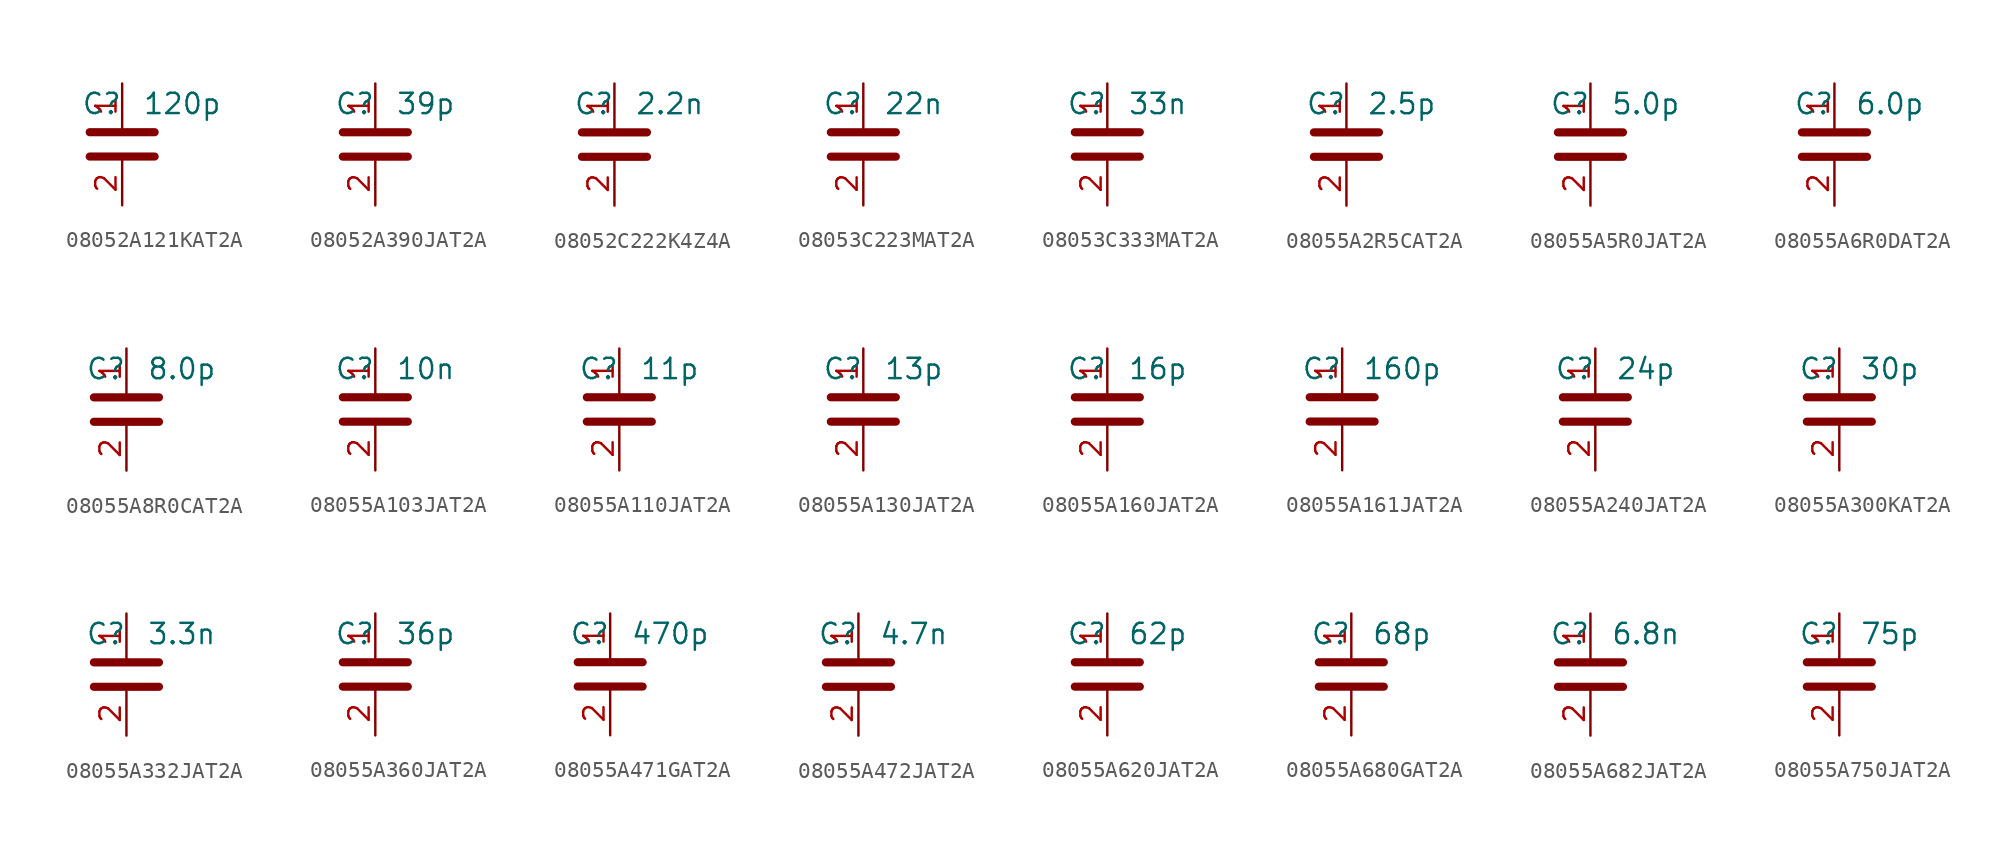
<source format=kicad_sym>
(kicad_symbol_lib
  (version 20241209)
  (generator "kicad_symbol_editor")
  (generator_version "9.0")
  (symbol "08052A121KAT2A"
    (property "Reference" "C"
      (at 0 2.54 0)
      (effects (font (size 1.27 1.27)) (justify right)))
    (property "Value" "120p"
      (at 1.27 2.54 0)
      (effects (font (size 1.27 1.27)) (justify left)))
    (symbol "08052A121KAT2A_0_1"
      (polyline (pts (xy -2.032 0.762) (xy 2.032 0.762)) (stroke (width 0.508) (type default)) (fill (type none)))
      (polyline (pts (xy -2.032 -0.762) (xy 2.032 -0.762)) (stroke (width 0.508) (type default)) (fill (type none))))
    (symbol "08052A121KAT2A_1_1"
      (pin passive line (at 0 3.81 270) (length 2.794) (name "~" (effects (font (size 1.27 1.27)))) (number "1" (effects (font (size 1.27 1.27)))))
      (pin passive line (at 0 -3.81 90) (length 2.794) (name "~" (effects (font (size 1.27 1.27)))) (number "2" (effects (font (size 1.27 1.27)))))))
  (symbol "08052A390JAT2A"
    (property "Reference" "C"
      (at 0 2.54 0)
      (effects (font (size 1.27 1.27)) (justify right)))
    (property "Value" "39p"
      (at 1.27 2.54 0)
      (effects (font (size 1.27 1.27)) (justify left)))
    (symbol "08052A390JAT2A_0_1"
      (polyline (pts (xy -2.032 0.762) (xy 2.032 0.762)) (stroke (width 0.508) (type default)) (fill (type none)))
      (polyline (pts (xy -2.032 -0.762) (xy 2.032 -0.762)) (stroke (width 0.508) (type default)) (fill (type none))))
    (symbol "08052A390JAT2A_1_1"
      (pin passive line (at 0 3.81 270) (length 2.794) (name "~" (effects (font (size 1.27 1.27)))) (number "1" (effects (font (size 1.27 1.27)))))
      (pin passive line (at 0 -3.81 90) (length 2.794) (name "~" (effects (font (size 1.27 1.27)))) (number "2" (effects (font (size 1.27 1.27)))))))
  (symbol "08052C222K4Z4A"
    (property "Reference" "C"
      (at 0 2.54 0)
      (effects (font (size 1.27 1.27)) (justify right)))
    (property "Value" "2.2n"
      (at 1.27 2.54 0)
      (effects (font (size 1.27 1.27)) (justify left)))
    (symbol "08052C222K4Z4A_0_1"
      (polyline (pts (xy -2.032 0.762) (xy 2.032 0.762)) (stroke (width 0.508) (type default)) (fill (type none)))
      (polyline (pts (xy -2.032 -0.762) (xy 2.032 -0.762)) (stroke (width 0.508) (type default)) (fill (type none))))
    (symbol "08052C222K4Z4A_1_1"
      (pin passive line (at 0 3.81 270) (length 2.794) (name "~" (effects (font (size 1.27 1.27)))) (number "1" (effects (font (size 1.27 1.27)))))
      (pin passive line (at 0 -3.81 90) (length 2.794) (name "~" (effects (font (size 1.27 1.27)))) (number "2" (effects (font (size 1.27 1.27)))))))
  (symbol "08053C223MAT2A"
    (property "Reference" "C"
      (at 0 2.54 0)
      (effects (font (size 1.27 1.27)) (justify right)))
    (property "Value" "22n"
      (at 1.27 2.54 0)
      (effects (font (size 1.27 1.27)) (justify left)))
    (symbol "08053C223MAT2A_0_1"
      (polyline (pts (xy -2.032 0.762) (xy 2.032 0.762)) (stroke (width 0.508) (type default)) (fill (type none)))
      (polyline (pts (xy -2.032 -0.762) (xy 2.032 -0.762)) (stroke (width 0.508) (type default)) (fill (type none))))
    (symbol "08053C223MAT2A_1_1"
      (pin passive line (at 0 3.81 270) (length 2.794) (name "~" (effects (font (size 1.27 1.27)))) (number "1" (effects (font (size 1.27 1.27)))))
      (pin passive line (at 0 -3.81 90) (length 2.794) (name "~" (effects (font (size 1.27 1.27)))) (number "2" (effects (font (size 1.27 1.27)))))))
  (symbol "08053C333MAT2A"
    (property "Reference" "C"
      (at 0 2.54 0)
      (effects (font (size 1.27 1.27)) (justify right)))
    (property "Value" "33n"
      (at 1.27 2.54 0)
      (effects (font (size 1.27 1.27)) (justify left)))
    (symbol "08053C333MAT2A_0_1"
      (polyline (pts (xy -2.032 0.762) (xy 2.032 0.762)) (stroke (width 0.508) (type default)) (fill (type none)))
      (polyline (pts (xy -2.032 -0.762) (xy 2.032 -0.762)) (stroke (width 0.508) (type default)) (fill (type none))))
    (symbol "08053C333MAT2A_1_1"
      (pin passive line (at 0 3.81 270) (length 2.794) (name "~" (effects (font (size 1.27 1.27)))) (number "1" (effects (font (size 1.27 1.27)))))
      (pin passive line (at 0 -3.81 90) (length 2.794) (name "~" (effects (font (size 1.27 1.27)))) (number "2" (effects (font (size 1.27 1.27)))))))
  (symbol "08055A2R5CAT2A"
    (property "Reference" "C"
      (at 0 2.54 0)
      (effects (font (size 1.27 1.27)) (justify right)))
    (property "Value" "2.5p"
      (at 1.27 2.54 0)
      (effects (font (size 1.27 1.27)) (justify left)))
    (symbol "08055A2R5CAT2A_0_1"
      (polyline (pts (xy -2.032 0.762) (xy 2.032 0.762)) (stroke (width 0.508) (type default)) (fill (type none)))
      (polyline (pts (xy -2.032 -0.762) (xy 2.032 -0.762)) (stroke (width 0.508) (type default)) (fill (type none))))
    (symbol "08055A2R5CAT2A_1_1"
      (pin passive line (at 0 3.81 270) (length 2.794) (name "~" (effects (font (size 1.27 1.27)))) (number "1" (effects (font (size 1.27 1.27)))))
      (pin passive line (at 0 -3.81 90) (length 2.794) (name "~" (effects (font (size 1.27 1.27)))) (number "2" (effects (font (size 1.27 1.27)))))))
  (symbol "08055A5R0JAT2A"
    (property "Reference" "C"
      (at 0 2.54 0)
      (effects (font (size 1.27 1.27)) (justify right)))
    (property "Value" "5.0p"
      (at 1.27 2.54 0)
      (effects (font (size 1.27 1.27)) (justify left)))
    (symbol "08055A5R0JAT2A_0_1"
      (polyline (pts (xy -2.032 0.762) (xy 2.032 0.762)) (stroke (width 0.508) (type default)) (fill (type none)))
      (polyline (pts (xy -2.032 -0.762) (xy 2.032 -0.762)) (stroke (width 0.508) (type default)) (fill (type none))))
    (symbol "08055A5R0JAT2A_1_1"
      (pin passive line (at 0 3.81 270) (length 2.794) (name "~" (effects (font (size 1.27 1.27)))) (number "1" (effects (font (size 1.27 1.27)))))
      (pin passive line (at 0 -3.81 90) (length 2.794) (name "~" (effects (font (size 1.27 1.27)))) (number "2" (effects (font (size 1.27 1.27)))))))
  (symbol "08055A6R0DAT2A"
    (property "Reference" "C"
      (at 0 2.54 0)
      (effects (font (size 1.27 1.27)) (justify right)))
    (property "Value" "6.0p"
      (at 1.27 2.54 0)
      (effects (font (size 1.27 1.27)) (justify left)))
    (symbol "08055A6R0DAT2A_0_1"
      (polyline (pts (xy -2.032 0.762) (xy 2.032 0.762)) (stroke (width 0.508) (type default)) (fill (type none)))
      (polyline (pts (xy -2.032 -0.762) (xy 2.032 -0.762)) (stroke (width 0.508) (type default)) (fill (type none))))
    (symbol "08055A6R0DAT2A_1_1"
      (pin passive line (at 0 3.81 270) (length 2.794) (name "~" (effects (font (size 1.27 1.27)))) (number "1" (effects (font (size 1.27 1.27)))))
      (pin passive line (at 0 -3.81 90) (length 2.794) (name "~" (effects (font (size 1.27 1.27)))) (number "2" (effects (font (size 1.27 1.27)))))))
  (symbol "08055A8R0CAT2A"
    (property "Reference" "C"
      (at 0 2.54 0)
      (effects (font (size 1.27 1.27)) (justify right)))
    (property "Value" "8.0p"
      (at 1.27 2.54 0)
      (effects (font (size 1.27 1.27)) (justify left)))
    (symbol "08055A8R0CAT2A_0_1"
      (polyline (pts (xy -2.032 0.762) (xy 2.032 0.762)) (stroke (width 0.508) (type default)) (fill (type none)))
      (polyline (pts (xy -2.032 -0.762) (xy 2.032 -0.762)) (stroke (width 0.508) (type default)) (fill (type none))))
    (symbol "08055A8R0CAT2A_1_1"
      (pin passive line (at 0 3.81 270) (length 2.794) (name "~" (effects (font (size 1.27 1.27)))) (number "1" (effects (font (size 1.27 1.27)))))
      (pin passive line (at 0 -3.81 90) (length 2.794) (name "~" (effects (font (size 1.27 1.27)))) (number "2" (effects (font (size 1.27 1.27)))))))
  (symbol "08055A103JAT2A"
    (property "Reference" "C"
      (at 0 2.54 0)
      (effects (font (size 1.27 1.27)) (justify right)))
    (property "Value" "10n"
      (at 1.27 2.54 0)
      (effects (font (size 1.27 1.27)) (justify left)))
    (symbol "08055A103JAT2A_0_1"
      (polyline (pts (xy -2.032 0.762) (xy 2.032 0.762)) (stroke (width 0.508) (type default)) (fill (type none)))
      (polyline (pts (xy -2.032 -0.762) (xy 2.032 -0.762)) (stroke (width 0.508) (type default)) (fill (type none))))
    (symbol "08055A103JAT2A_1_1"
      (pin passive line (at 0 3.81 270) (length 2.794) (name "~" (effects (font (size 1.27 1.27)))) (number "1" (effects (font (size 1.27 1.27)))))
      (pin passive line (at 0 -3.81 90) (length 2.794) (name "~" (effects (font (size 1.27 1.27)))) (number "2" (effects (font (size 1.27 1.27)))))))
  (symbol "08055A110JAT2A"
    (property "Reference" "C"
      (at 0 2.54 0)
      (effects (font (size 1.27 1.27)) (justify right)))
    (property "Value" "11p"
      (at 1.27 2.54 0)
      (effects (font (size 1.27 1.27)) (justify left)))
    (symbol "08055A110JAT2A_0_1"
      (polyline (pts (xy -2.032 0.762) (xy 2.032 0.762)) (stroke (width 0.508) (type default)) (fill (type none)))
      (polyline (pts (xy -2.032 -0.762) (xy 2.032 -0.762)) (stroke (width 0.508) (type default)) (fill (type none))))
    (symbol "08055A110JAT2A_1_1"
      (pin passive line (at 0 3.81 270) (length 2.794) (name "~" (effects (font (size 1.27 1.27)))) (number "1" (effects (font (size 1.27 1.27)))))
      (pin passive line (at 0 -3.81 90) (length 2.794) (name "~" (effects (font (size 1.27 1.27)))) (number "2" (effects (font (size 1.27 1.27)))))))
  (symbol "08055A130JAT2A"
    (property "Reference" "C"
      (at 0 2.54 0)
      (effects (font (size 1.27 1.27)) (justify right)))
    (property "Value" "13p"
      (at 1.27 2.54 0)
      (effects (font (size 1.27 1.27)) (justify left)))
    (symbol "08055A130JAT2A_0_1"
      (polyline (pts (xy -2.032 0.762) (xy 2.032 0.762)) (stroke (width 0.508) (type default)) (fill (type none)))
      (polyline (pts (xy -2.032 -0.762) (xy 2.032 -0.762)) (stroke (width 0.508) (type default)) (fill (type none))))
    (symbol "08055A130JAT2A_1_1"
      (pin passive line (at 0 3.81 270) (length 2.794) (name "~" (effects (font (size 1.27 1.27)))) (number "1" (effects (font (size 1.27 1.27)))))
      (pin passive line (at 0 -3.81 90) (length 2.794) (name "~" (effects (font (size 1.27 1.27)))) (number "2" (effects (font (size 1.27 1.27)))))))
  (symbol "08055A160JAT2A"
    (property "Reference" "C"
      (at 0 2.54 0)
      (effects (font (size 1.27 1.27)) (justify right)))
    (property "Value" "16p"
      (at 1.27 2.54 0)
      (effects (font (size 1.27 1.27)) (justify left)))
    (symbol "08055A160JAT2A_0_1"
      (polyline (pts (xy -2.032 0.762) (xy 2.032 0.762)) (stroke (width 0.508) (type default)) (fill (type none)))
      (polyline (pts (xy -2.032 -0.762) (xy 2.032 -0.762)) (stroke (width 0.508) (type default)) (fill (type none))))
    (symbol "08055A160JAT2A_1_1"
      (pin passive line (at 0 3.81 270) (length 2.794) (name "~" (effects (font (size 1.27 1.27)))) (number "1" (effects (font (size 1.27 1.27)))))
      (pin passive line (at 0 -3.81 90) (length 2.794) (name "~" (effects (font (size 1.27 1.27)))) (number "2" (effects (font (size 1.27 1.27)))))))
  (symbol "08055A161JAT2A"
    (property "Reference" "C"
      (at 0 2.54 0)
      (effects (font (size 1.27 1.27)) (justify right)))
    (property "Value" "160p"
      (at 1.27 2.54 0)
      (effects (font (size 1.27 1.27)) (justify left)))
    (symbol "08055A161JAT2A_0_1"
      (polyline (pts (xy -2.032 0.762) (xy 2.032 0.762)) (stroke (width 0.508) (type default)) (fill (type none)))
      (polyline (pts (xy -2.032 -0.762) (xy 2.032 -0.762)) (stroke (width 0.508) (type default)) (fill (type none))))
    (symbol "08055A161JAT2A_1_1"
      (pin passive line (at 0 3.81 270) (length 2.794) (name "~" (effects (font (size 1.27 1.27)))) (number "1" (effects (font (size 1.27 1.27)))))
      (pin passive line (at 0 -3.81 90) (length 2.794) (name "~" (effects (font (size 1.27 1.27)))) (number "2" (effects (font (size 1.27 1.27)))))))
  (symbol "08055A240JAT2A"
    (property "Reference" "C"
      (at 0 2.54 0)
      (effects (font (size 1.27 1.27)) (justify right)))
    (property "Value" "24p"
      (at 1.27 2.54 0)
      (effects (font (size 1.27 1.27)) (justify left)))
    (symbol "08055A240JAT2A_0_1"
      (polyline (pts (xy -2.032 0.762) (xy 2.032 0.762)) (stroke (width 0.508) (type default)) (fill (type none)))
      (polyline (pts (xy -2.032 -0.762) (xy 2.032 -0.762)) (stroke (width 0.508) (type default)) (fill (type none))))
    (symbol "08055A240JAT2A_1_1"
      (pin passive line (at 0 3.81 270) (length 2.794) (name "~" (effects (font (size 1.27 1.27)))) (number "1" (effects (font (size 1.27 1.27)))))
      (pin passive line (at 0 -3.81 90) (length 2.794) (name "~" (effects (font (size 1.27 1.27)))) (number "2" (effects (font (size 1.27 1.27)))))))
  (symbol "08055A300KAT2A"
    (property "Reference" "C"
      (at 0 2.54 0)
      (effects (font (size 1.27 1.27)) (justify right)))
    (property "Value" "30p"
      (at 1.27 2.54 0)
      (effects (font (size 1.27 1.27)) (justify left)))
    (symbol "08055A300KAT2A_0_1"
      (polyline (pts (xy -2.032 0.762) (xy 2.032 0.762)) (stroke (width 0.508) (type default)) (fill (type none)))
      (polyline (pts (xy -2.032 -0.762) (xy 2.032 -0.762)) (stroke (width 0.508) (type default)) (fill (type none))))
    (symbol "08055A300KAT2A_1_1"
      (pin passive line (at 0 3.81 270) (length 2.794) (name "~" (effects (font (size 1.27 1.27)))) (number "1" (effects (font (size 1.27 1.27)))))
      (pin passive line (at 0 -3.81 90) (length 2.794) (name "~" (effects (font (size 1.27 1.27)))) (number "2" (effects (font (size 1.27 1.27)))))))
  (symbol "08055A332JAT2A"
    (property "Reference" "C"
      (at 0 2.54 0)
      (effects (font (size 1.27 1.27)) (justify right)))
    (property "Value" "3.3n"
      (at 1.27 2.54 0)
      (effects (font (size 1.27 1.27)) (justify left)))
    (symbol "08055A332JAT2A_0_1"
      (polyline (pts (xy -2.032 0.762) (xy 2.032 0.762)) (stroke (width 0.508) (type default)) (fill (type none)))
      (polyline (pts (xy -2.032 -0.762) (xy 2.032 -0.762)) (stroke (width 0.508) (type default)) (fill (type none))))
    (symbol "08055A332JAT2A_1_1"
      (pin passive line (at 0 3.81 270) (length 2.794) (name "~" (effects (font (size 1.27 1.27)))) (number "1" (effects (font (size 1.27 1.27)))))
      (pin passive line (at 0 -3.81 90) (length 2.794) (name "~" (effects (font (size 1.27 1.27)))) (number "2" (effects (font (size 1.27 1.27)))))))
  (symbol "08055A360JAT2A"
    (property "Reference" "C"
      (at 0 2.54 0)
      (effects (font (size 1.27 1.27)) (justify right)))
    (property "Value" "36p"
      (at 1.27 2.54 0)
      (effects (font (size 1.27 1.27)) (justify left)))
    (symbol "08055A360JAT2A_0_1"
      (polyline (pts (xy -2.032 0.762) (xy 2.032 0.762)) (stroke (width 0.508) (type default)) (fill (type none)))
      (polyline (pts (xy -2.032 -0.762) (xy 2.032 -0.762)) (stroke (width 0.508) (type default)) (fill (type none))))
    (symbol "08055A360JAT2A_1_1"
      (pin passive line (at 0 3.81 270) (length 2.794) (name "~" (effects (font (size 1.27 1.27)))) (number "1" (effects (font (size 1.27 1.27)))))
      (pin passive line (at 0 -3.81 90) (length 2.794) (name "~" (effects (font (size 1.27 1.27)))) (number "2" (effects (font (size 1.27 1.27)))))))
  (symbol "08055A471GAT2A"
    (property "Reference" "C"
      (at 0 2.54 0)
      (effects (font (size 1.27 1.27)) (justify right)))
    (property "Value" "470p"
      (at 1.27 2.54 0)
      (effects (font (size 1.27 1.27)) (justify left)))
    (symbol "08055A471GAT2A_0_1"
      (polyline (pts (xy -2.032 0.762) (xy 2.032 0.762)) (stroke (width 0.508) (type default)) (fill (type none)))
      (polyline (pts (xy -2.032 -0.762) (xy 2.032 -0.762)) (stroke (width 0.508) (type default)) (fill (type none))))
    (symbol "08055A471GAT2A_1_1"
      (pin passive line (at 0 3.81 270) (length 2.794) (name "~" (effects (font (size 1.27 1.27)))) (number "1" (effects (font (size 1.27 1.27)))))
      (pin passive line (at 0 -3.81 90) (length 2.794) (name "~" (effects (font (size 1.27 1.27)))) (number "2" (effects (font (size 1.27 1.27)))))))
  (symbol "08055A472JAT2A"
    (property "Reference" "C"
      (at 0 2.54 0)
      (effects (font (size 1.27 1.27)) (justify right)))
    (property "Value" "4.7n"
      (at 1.27 2.54 0)
      (effects (font (size 1.27 1.27)) (justify left)))
    (symbol "08055A472JAT2A_0_1"
      (polyline (pts (xy -2.032 0.762) (xy 2.032 0.762)) (stroke (width 0.508) (type default)) (fill (type none)))
      (polyline (pts (xy -2.032 -0.762) (xy 2.032 -0.762)) (stroke (width 0.508) (type default)) (fill (type none))))
    (symbol "08055A472JAT2A_1_1"
      (pin passive line (at 0 3.81 270) (length 2.794) (name "~" (effects (font (size 1.27 1.27)))) (number "1" (effects (font (size 1.27 1.27)))))
      (pin passive line (at 0 -3.81 90) (length 2.794) (name "~" (effects (font (size 1.27 1.27)))) (number "2" (effects (font (size 1.27 1.27)))))))
  (symbol "08055A620JAT2A"
    (property "Reference" "C"
      (at 0 2.54 0)
      (effects (font (size 1.27 1.27)) (justify right)))
    (property "Value" "62p"
      (at 1.27 2.54 0)
      (effects (font (size 1.27 1.27)) (justify left)))
    (symbol "08055A620JAT2A_0_1"
      (polyline (pts (xy -2.032 0.762) (xy 2.032 0.762)) (stroke (width 0.508) (type default)) (fill (type none)))
      (polyline (pts (xy -2.032 -0.762) (xy 2.032 -0.762)) (stroke (width 0.508) (type default)) (fill (type none))))
    (symbol "08055A620JAT2A_1_1"
      (pin passive line (at 0 3.81 270) (length 2.794) (name "~" (effects (font (size 1.27 1.27)))) (number "1" (effects (font (size 1.27 1.27)))))
      (pin passive line (at 0 -3.81 90) (length 2.794) (name "~" (effects (font (size 1.27 1.27)))) (number "2" (effects (font (size 1.27 1.27)))))))
  (symbol "08055A680GAT2A"
    (property "Reference" "C"
      (at 0 2.54 0)
      (effects (font (size 1.27 1.27)) (justify right)))
    (property "Value" "68p"
      (at 1.27 2.54 0)
      (effects (font (size 1.27 1.27)) (justify left)))
    (symbol "08055A680GAT2A_0_1"
      (polyline (pts (xy -2.032 0.762) (xy 2.032 0.762)) (stroke (width 0.508) (type default)) (fill (type none)))
      (polyline (pts (xy -2.032 -0.762) (xy 2.032 -0.762)) (stroke (width 0.508) (type default)) (fill (type none))))
    (symbol "08055A680GAT2A_1_1"
      (pin passive line (at 0 3.81 270) (length 2.794) (name "~" (effects (font (size 1.27 1.27)))) (number "1" (effects (font (size 1.27 1.27)))))
      (pin passive line (at 0 -3.81 90) (length 2.794) (name "~" (effects (font (size 1.27 1.27)))) (number "2" (effects (font (size 1.27 1.27)))))))
  (symbol "08055A682JAT2A"
    (property "Reference" "C"
      (at 0 2.54 0)
      (effects (font (size 1.27 1.27)) (justify right)))
    (property "Value" "6.8n"
      (at 1.27 2.54 0)
      (effects (font (size 1.27 1.27)) (justify left)))
    (symbol "08055A682JAT2A_0_1"
      (polyline (pts (xy -2.032 0.762) (xy 2.032 0.762)) (stroke (width 0.508) (type default)) (fill (type none)))
      (polyline (pts (xy -2.032 -0.762) (xy 2.032 -0.762)) (stroke (width 0.508) (type default)) (fill (type none))))
    (symbol "08055A682JAT2A_1_1"
      (pin passive line (at 0 3.81 270) (length 2.794) (name "~" (effects (font (size 1.27 1.27)))) (number "1" (effects (font (size 1.27 1.27)))))
      (pin passive line (at 0 -3.81 90) (length 2.794) (name "~" (effects (font (size 1.27 1.27)))) (number "2" (effects (font (size 1.27 1.27)))))))
  (symbol "08055A750JAT2A"
    (property "Reference" "C"
      (at 0 2.54 0)
      (effects (font (size 1.27 1.27)) (justify right)))
    (property "Value" "75p"
      (at 1.27 2.54 0)
      (effects (font (size 1.27 1.27)) (justify left)))
    (symbol "08055A750JAT2A_0_1"
      (polyline (pts (xy -2.032 0.762) (xy 2.032 0.762)) (stroke (width 0.508) (type default)) (fill (type none)))
      (polyline (pts (xy -2.032 -0.762) (xy 2.032 -0.762)) (stroke (width 0.508) (type default)) (fill (type none))))
    (symbol "08055A750JAT2A_1_1"
      (pin passive line (at 0 3.81 270) (length 2.794) (name "~" (effects (font (size 1.27 1.27)))) (number "1" (effects (font (size 1.27 1.27)))))
      (pin passive line (at 0 -3.81 90) (length 2.794) (name "~" (effects (font (size 1.27 1.27)))) (number "2" (effects (font (size 1.27 1.27))))))))
</source>
